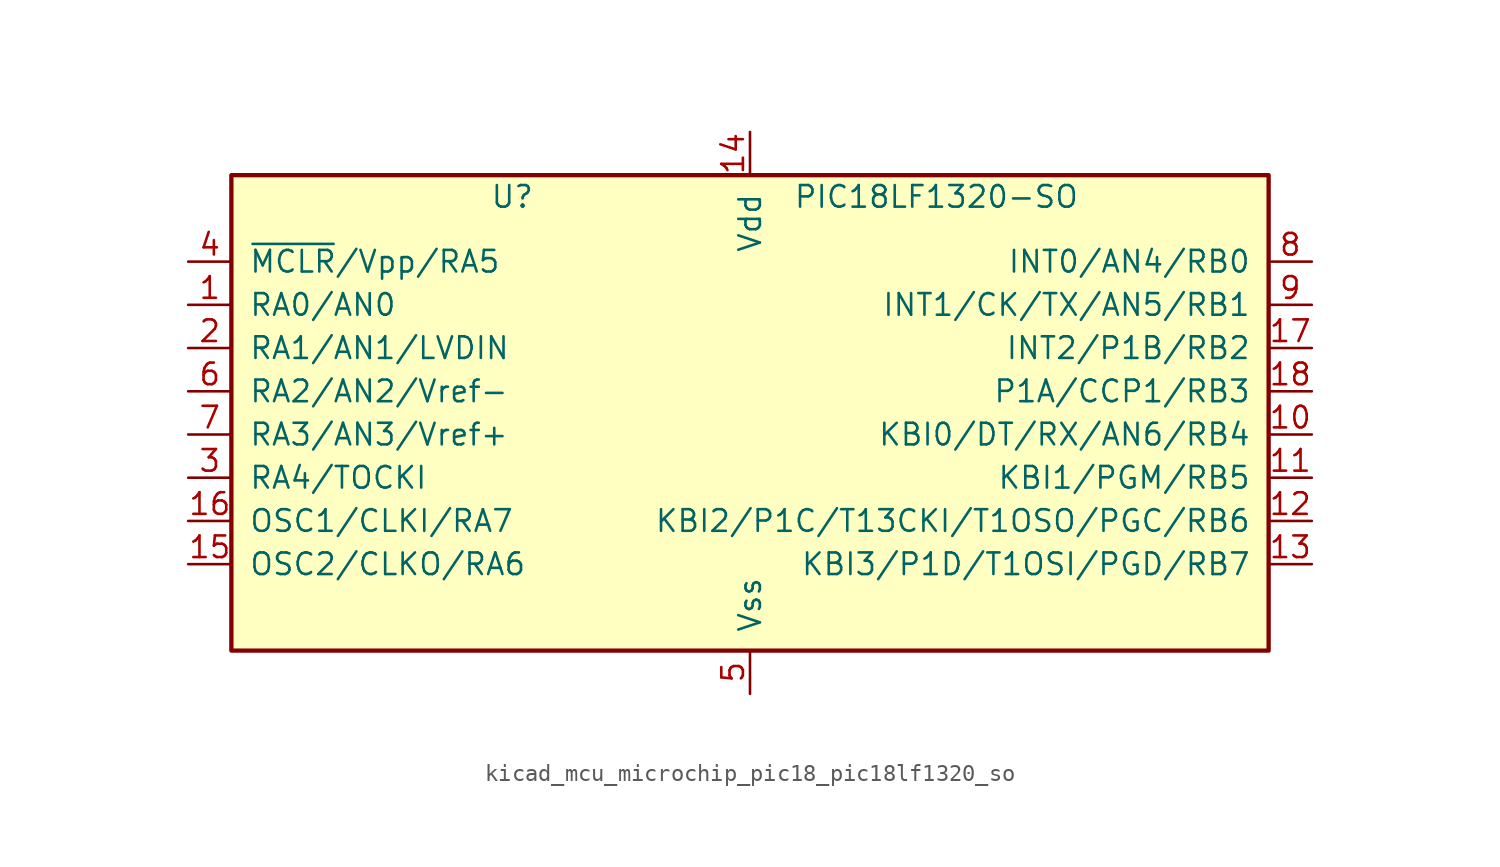
<source format=kicad_sym>
(kicad_symbol_lib
  (version 20220914)
  (generator kicad_symbol_editor)
  (symbol "kicad_mcu_microchip_pic18_pic18lf1320_so"
    (pin_names
      (offset 1.016))
    (property "Reference" "U"
      (at -13.97 13.97 0)
      (effects (font (size 1.27 1.27))))
    (property "Value" "PIC18LF1320-SO"
      (at 2.54 13.97 0)
      (effects (font (size 1.27 1.27)) (justify left)))
    (symbol "kicad_mcu_microchip_pic18_pic18lf1320_so_0_1"
      (rectangle (start -30.48 15.24) (end 30.48 -12.7) (stroke (width 0.254) (type default)) (fill (type background))))
    (symbol "kicad_mcu_microchip_pic18_pic18lf1320_so_1_1"
      (pin input line (at -33.02 7.62 0) (length 2.54) (name "RA0/AN0" (effects (font (size 1.27 1.27)))) (number "1" (effects (font (size 1.27 1.27)))))
      (pin input line (at 33.02 0 180) (length 2.54) (name "KBI0/DT/RX/AN6/RB4" (effects (font (size 1.27 1.27)))) (number "10" (effects (font (size 1.27 1.27)))))
      (pin input line (at 33.02 -2.54 180) (length 2.54) (name "KBI1/PGM/RB5" (effects (font (size 1.27 1.27)))) (number "11" (effects (font (size 1.27 1.27)))))
      (pin input line (at 33.02 -5.08 180) (length 2.54) (name "KBI2/P1C/T13CKI/T1OSO/PGC/RB6" (effects (font (size 1.27 1.27)))) (number "12" (effects (font (size 1.27 1.27)))))
      (pin input line (at 33.02 -7.62 180) (length 2.54) (name "KBI3/P1D/T1OSI/PGD/RB7" (effects (font (size 1.27 1.27)))) (number "13" (effects (font (size 1.27 1.27)))))
      (pin power_in line (at 0 17.78 270) (length 2.54) (name "Vdd" (effects (font (size 1.27 1.27)))) (number "14" (effects (font (size 1.27 1.27)))))
      (pin input line (at -33.02 -7.62 0) (length 2.54) (name "OSC2/CLKO/RA6" (effects (font (size 1.27 1.27)))) (number "15" (effects (font (size 1.27 1.27)))))
      (pin input line (at -33.02 -5.08 0) (length 2.54) (name "OSC1/CLKI/RA7" (effects (font (size 1.27 1.27)))) (number "16" (effects (font (size 1.27 1.27)))))
      (pin input line (at 33.02 5.08 180) (length 2.54) (name "INT2/P1B/RB2" (effects (font (size 1.27 1.27)))) (number "17" (effects (font (size 1.27 1.27)))))
      (pin input line (at 33.02 2.54 180) (length 2.54) (name "P1A/CCP1/RB3" (effects (font (size 1.27 1.27)))) (number "18" (effects (font (size 1.27 1.27)))))
      (pin input line (at -33.02 5.08 0) (length 2.54) (name "RA1/AN1/LVDIN" (effects (font (size 1.27 1.27)))) (number "2" (effects (font (size 1.27 1.27)))))
      (pin input line (at -33.02 -2.54 0) (length 2.54) (name "RA4/TOCKI" (effects (font (size 1.27 1.27)))) (number "3" (effects (font (size 1.27 1.27)))))
      (pin input line (at -33.02 10.16 0) (length 2.54) (name "~{MCLR}/Vpp/RA5" (effects (font (size 1.27 1.27)))) (number "4" (effects (font (size 1.27 1.27)))))
      (pin power_in line (at 0 -15.24 90) (length 2.54) (name "Vss" (effects (font (size 1.27 1.27)))) (number "5" (effects (font (size 1.27 1.27)))))
      (pin input line (at -33.02 2.54 0) (length 2.54) (name "RA2/AN2/Vref-" (effects (font (size 1.27 1.27)))) (number "6" (effects (font (size 1.27 1.27)))))
      (pin input line (at -33.02 0 0) (length 2.54) (name "RA3/AN3/Vref+" (effects (font (size 1.27 1.27)))) (number "7" (effects (font (size 1.27 1.27)))))
      (pin input line (at 33.02 10.16 180) (length 2.54) (name "INT0/AN4/RB0" (effects (font (size 1.27 1.27)))) (number "8" (effects (font (size 1.27 1.27)))))
      (pin input line (at 33.02 7.62 180) (length 2.54) (name "INT1/CK/TX/AN5/RB1" (effects (font (size 1.27 1.27)))) (number "9" (effects (font (size 1.27 1.27))))))))
</source>
